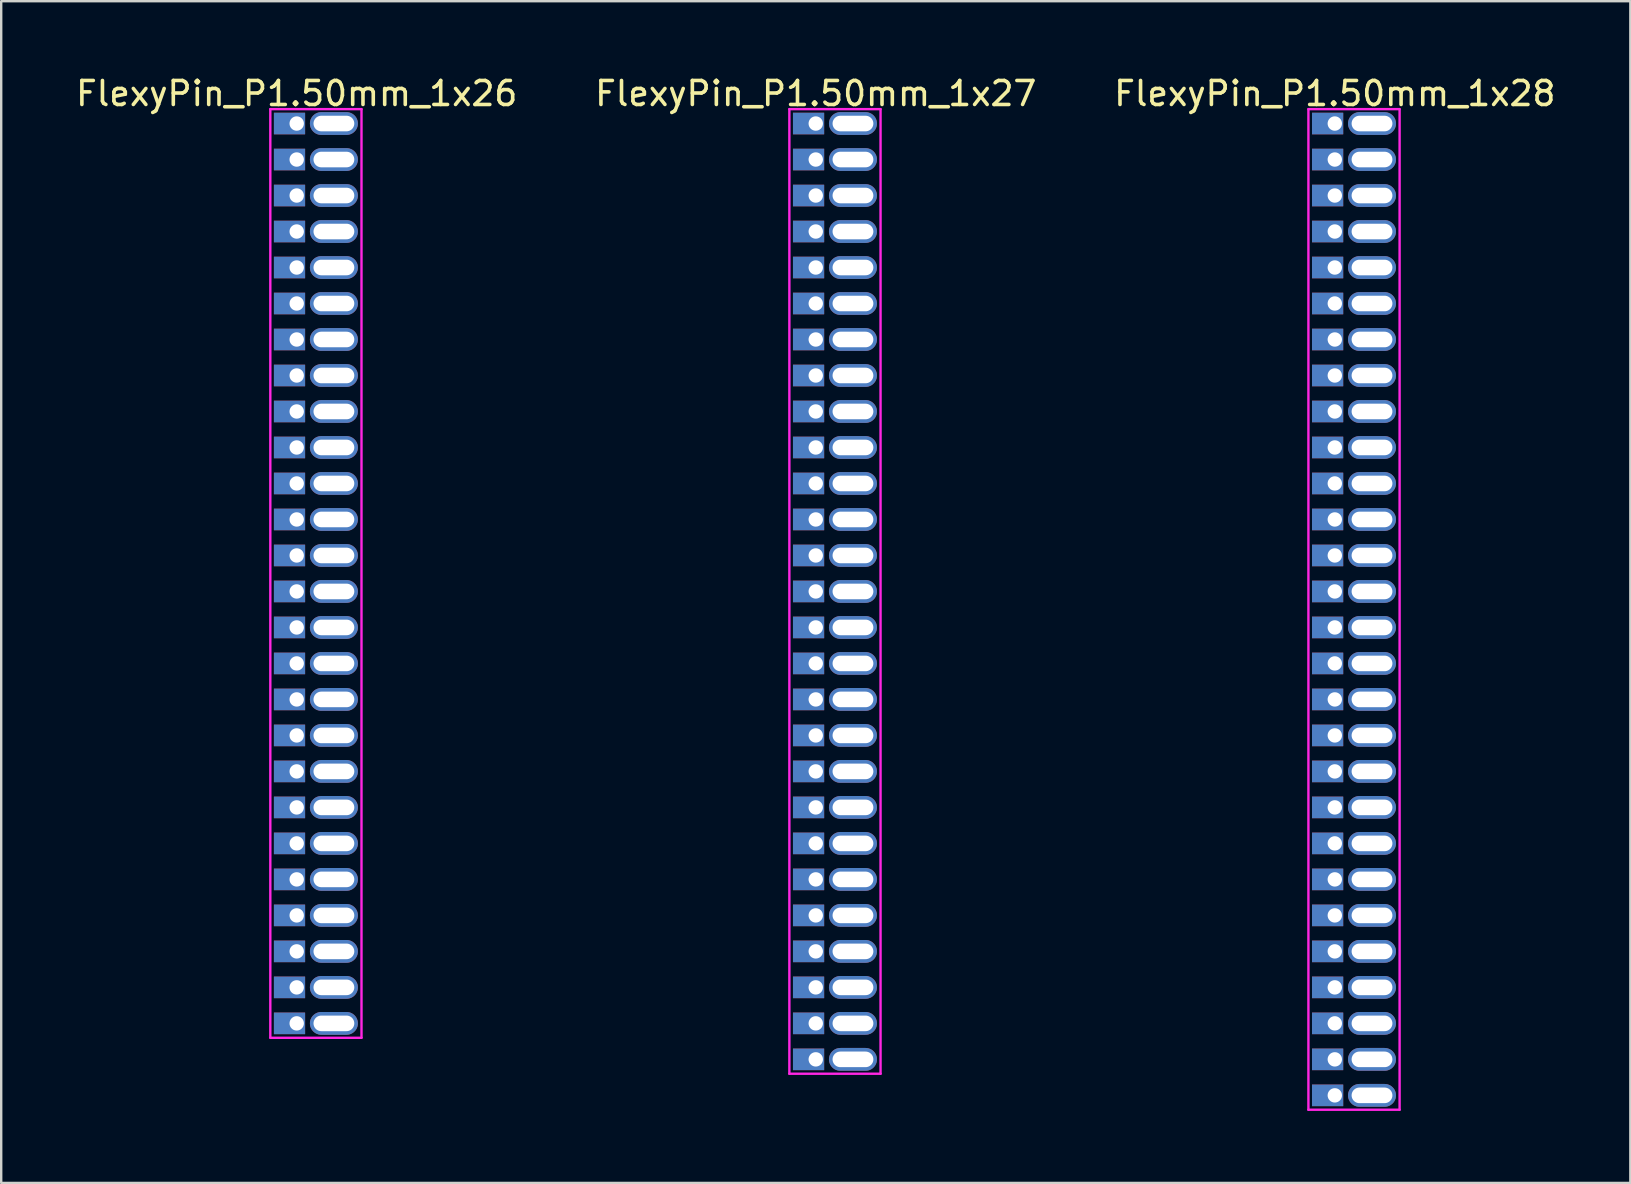
<source format=kicad_pcb>
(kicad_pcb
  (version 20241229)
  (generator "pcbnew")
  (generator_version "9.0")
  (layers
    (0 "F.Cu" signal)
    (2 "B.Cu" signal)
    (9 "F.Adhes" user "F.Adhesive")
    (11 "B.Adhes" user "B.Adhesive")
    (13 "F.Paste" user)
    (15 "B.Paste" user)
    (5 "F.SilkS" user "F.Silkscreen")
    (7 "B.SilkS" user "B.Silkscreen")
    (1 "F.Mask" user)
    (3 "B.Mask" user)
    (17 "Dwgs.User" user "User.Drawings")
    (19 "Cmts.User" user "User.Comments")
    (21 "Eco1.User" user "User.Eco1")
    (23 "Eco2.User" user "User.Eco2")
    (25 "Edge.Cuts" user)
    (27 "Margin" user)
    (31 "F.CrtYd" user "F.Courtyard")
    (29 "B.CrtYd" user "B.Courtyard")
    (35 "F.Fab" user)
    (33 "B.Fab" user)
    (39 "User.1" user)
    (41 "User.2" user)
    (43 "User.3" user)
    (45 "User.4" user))
  (footprint "FlexyPin_P1.50mm_1x26"
    (layer "F.Cu")
    (at 9.315 2.098)
    (property "Reference" "FlexyPin_P1.50mm_1x26" (at 0 -1.25 0) (layer "F.SilkS") (effects (font (size 1 1) (thickness 0.15))))
    (attr through_hole)
    (fp_line (start -1.1 -0.6) (end 2.7 -0.6) (stroke (width 0.1) (type solid)) (layer "F.CrtYd"))
    (fp_line (start -1.1 38.1) (end -1.1 -0.6) (stroke (width 0.1) (type solid)) (layer "F.CrtYd"))
    (fp_line (start 2.7 -0.6) (end 2.7 38.1) (stroke (width 0.1) (type solid)) (layer "F.CrtYd"))
    (fp_line (start 2.7 38.1) (end -1.1 38.1) (stroke (width 0.1) (type solid)) (layer "F.CrtYd"))
    (pad "" thru_hole oval (at 1.55 0) (size 2 0.95) (drill oval 1.7 0.65) (layers "*.Cu" "*.Mask"))
    (pad "" thru_hole oval (at 1.55 1.5) (size 2 0.95) (drill oval 1.7 0.65) (layers "*.Cu" "*.Mask"))
    (pad "" thru_hole oval (at 1.55 3) (size 2 0.95) (drill oval 1.7 0.65) (layers "*.Cu" "*.Mask"))
    (pad "" thru_hole oval (at 1.55 4.5) (size 2 0.95) (drill oval 1.7 0.65) (layers "*.Cu" "*.Mask"))
    (pad "" thru_hole oval (at 1.55 6) (size 2 0.95) (drill oval 1.7 0.65) (layers "*.Cu" "*.Mask"))
    (pad "" thru_hole oval (at 1.55 7.5) (size 2 0.95) (drill oval 1.7 0.65) (layers "*.Cu" "*.Mask"))
    (pad "" thru_hole oval (at 1.55 9) (size 2 0.95) (drill oval 1.7 0.65) (layers "*.Cu" "*.Mask"))
    (pad "" thru_hole oval (at 1.55 10.5) (size 2 0.95) (drill oval 1.7 0.65) (layers "*.Cu" "*.Mask"))
    (pad "" thru_hole oval (at 1.55 12) (size 2 0.95) (drill oval 1.7 0.65) (layers "*.Cu" "*.Mask"))
    (pad "" thru_hole oval (at 1.55 13.5) (size 2 0.95) (drill oval 1.7 0.65) (layers "*.Cu" "*.Mask"))
    (pad "" thru_hole oval (at 1.55 15) (size 2 0.95) (drill oval 1.7 0.65) (layers "*.Cu" "*.Mask"))
    (pad "" thru_hole oval (at 1.55 16.5) (size 2 0.95) (drill oval 1.7 0.65) (layers "*.Cu" "*.Mask"))
    (pad "" thru_hole oval (at 1.55 18) (size 2 0.95) (drill oval 1.7 0.65) (layers "*.Cu" "*.Mask"))
    (pad "" thru_hole oval (at 1.55 19.5) (size 2 0.95) (drill oval 1.7 0.65) (layers "*.Cu" "*.Mask"))
    (pad "" thru_hole oval (at 1.55 21) (size 2 0.95) (drill oval 1.7 0.65) (layers "*.Cu" "*.Mask"))
    (pad "" thru_hole oval (at 1.55 22.5) (size 2 0.95) (drill oval 1.7 0.65) (layers "*.Cu" "*.Mask"))
    (pad "" thru_hole oval (at 1.55 24) (size 2 0.95) (drill oval 1.7 0.65) (layers "*.Cu" "*.Mask"))
    (pad "" thru_hole oval (at 1.55 25.5) (size 2 0.95) (drill oval 1.7 0.65) (layers "*.Cu" "*.Mask"))
    (pad "" thru_hole oval (at 1.55 27) (size 2 0.95) (drill oval 1.7 0.65) (layers "*.Cu" "*.Mask"))
    (pad "" thru_hole oval (at 1.55 28.5) (size 2 0.95) (drill oval 1.7 0.65) (layers "*.Cu" "*.Mask"))
    (pad "" thru_hole oval (at 1.55 30) (size 2 0.95) (drill oval 1.7 0.65) (layers "*.Cu" "*.Mask"))
    (pad "" thru_hole oval (at 1.55 31.5) (size 2 0.95) (drill oval 1.7 0.65) (layers "*.Cu" "*.Mask"))
    (pad "" thru_hole oval (at 1.55 33) (size 2 0.95) (drill oval 1.7 0.65) (layers "*.Cu" "*.Mask"))
    (pad "" thru_hole oval (at 1.55 34.5) (size 2 0.95) (drill oval 1.7 0.65) (layers "*.Cu" "*.Mask"))
    (pad "" thru_hole oval (at 1.55 36) (size 2 0.95) (drill oval 1.7 0.65) (layers "*.Cu" "*.Mask"))
    (pad "" thru_hole oval (at 1.55 37.5) (size 2 0.95) (drill oval 1.7 0.65) (layers "*.Cu" "*.Mask"))
    (pad "1" thru_hole rect (at 0 0) (size 1.3 0.9) (drill 0.6 (offset -0.3 0)) (layers "*.Cu" "*.Mask"))
    (pad "2" thru_hole rect (at 0 1.5) (size 1.3 0.9) (drill 0.6 (offset -0.3 0)) (layers "*.Cu" "*.Mask"))
    (pad "3" thru_hole rect (at 0 3) (size 1.3 0.9) (drill 0.6 (offset -0.3 0)) (layers "*.Cu" "*.Mask"))
    (pad "4" thru_hole rect (at 0 4.5) (size 1.3 0.9) (drill 0.6 (offset -0.3 0)) (layers "*.Cu" "*.Mask"))
    (pad "5" thru_hole rect (at 0 6) (size 1.3 0.9) (drill 0.6 (offset -0.3 0)) (layers "*.Cu" "*.Mask"))
    (pad "6" thru_hole rect (at 0 7.5) (size 1.3 0.9) (drill 0.6 (offset -0.3 0)) (layers "*.Cu" "*.Mask"))
    (pad "7" thru_hole rect (at 0 9) (size 1.3 0.9) (drill 0.6 (offset -0.3 0)) (layers "*.Cu" "*.Mask"))
    (pad "8" thru_hole rect (at 0 10.5) (size 1.3 0.9) (drill 0.6 (offset -0.3 0)) (layers "*.Cu" "*.Mask"))
    (pad "9" thru_hole rect (at 0 12) (size 1.3 0.9) (drill 0.6 (offset -0.3 0)) (layers "*.Cu" "*.Mask"))
    (pad "10" thru_hole rect (at 0 13.5) (size 1.3 0.9) (drill 0.6 (offset -0.3 0)) (layers "*.Cu" "*.Mask"))
    (pad "11" thru_hole rect (at 0 15) (size 1.3 0.9) (drill 0.6 (offset -0.3 0)) (layers "*.Cu" "*.Mask"))
    (pad "12" thru_hole rect (at 0 16.5) (size 1.3 0.9) (drill 0.6 (offset -0.3 0)) (layers "*.Cu" "*.Mask"))
    (pad "13" thru_hole rect (at 0 18) (size 1.3 0.9) (drill 0.6 (offset -0.3 0)) (layers "*.Cu" "*.Mask"))
    (pad "14" thru_hole rect (at 0 19.5) (size 1.3 0.9) (drill 0.6 (offset -0.3 0)) (layers "*.Cu" "*.Mask"))
    (pad "15" thru_hole rect (at 0 21) (size 1.3 0.9) (drill 0.6 (offset -0.3 0)) (layers "*.Cu" "*.Mask"))
    (pad "16" thru_hole rect (at 0 22.5) (size 1.3 0.9) (drill 0.6 (offset -0.3 0)) (layers "*.Cu" "*.Mask"))
    (pad "17" thru_hole rect (at 0 24) (size 1.3 0.9) (drill 0.6 (offset -0.3 0)) (layers "*.Cu" "*.Mask"))
    (pad "18" thru_hole rect (at 0 25.5) (size 1.3 0.9) (drill 0.6 (offset -0.3 0)) (layers "*.Cu" "*.Mask"))
    (pad "19" thru_hole rect (at 0 27) (size 1.3 0.9) (drill 0.6 (offset -0.3 0)) (layers "*.Cu" "*.Mask"))
    (pad "20" thru_hole rect (at 0 28.5) (size 1.3 0.9) (drill 0.6 (offset -0.3 0)) (layers "*.Cu" "*.Mask"))
    (pad "21" thru_hole rect (at 0 30) (size 1.3 0.9) (drill 0.6 (offset -0.3 0)) (layers "*.Cu" "*.Mask"))
    (pad "22" thru_hole rect (at 0 31.5) (size 1.3 0.9) (drill 0.6 (offset -0.3 0)) (layers "*.Cu" "*.Mask"))
    (pad "23" thru_hole rect (at 0 33) (size 1.3 0.9) (drill 0.6 (offset -0.3 0)) (layers "*.Cu" "*.Mask"))
    (pad "24" thru_hole rect (at 0 34.5) (size 1.3 0.9) (drill 0.6 (offset -0.3 0)) (layers "*.Cu" "*.Mask"))
    (pad "25" thru_hole rect (at 0 36) (size 1.3 0.9) (drill 0.6 (offset -0.3 0)) (layers "*.Cu" "*.Mask"))
    (pad "26" thru_hole rect (at 0 37.5) (size 1.3 0.9) (drill 0.6 (offset -0.3 0)) (layers "*.Cu" "*.Mask")))
  (footprint "FlexyPin_P1.50mm_1x27"
    (layer "F.Cu")
    (at 30.946 2.098)
    (property "Reference" "FlexyPin_P1.50mm_1x27" (at 0 -1.25 0) (layer "F.SilkS") (effects (font (size 1 1) (thickness 0.15))))
    (attr through_hole)
    (fp_line (start -1.1 -0.6) (end 2.7 -0.6) (stroke (width 0.1) (type solid)) (layer "F.CrtYd"))
    (fp_line (start -1.1 39.6) (end -1.1 -0.6) (stroke (width 0.1) (type solid)) (layer "F.CrtYd"))
    (fp_line (start 2.7 -0.6) (end 2.7 39.6) (stroke (width 0.1) (type solid)) (layer "F.CrtYd"))
    (fp_line (start 2.7 39.6) (end -1.1 39.6) (stroke (width 0.1) (type solid)) (layer "F.CrtYd"))
    (pad "" thru_hole oval (at 1.55 0) (size 2 0.95) (drill oval 1.7 0.65) (layers "*.Cu" "*.Mask"))
    (pad "" thru_hole oval (at 1.55 1.5) (size 2 0.95) (drill oval 1.7 0.65) (layers "*.Cu" "*.Mask"))
    (pad "" thru_hole oval (at 1.55 3) (size 2 0.95) (drill oval 1.7 0.65) (layers "*.Cu" "*.Mask"))
    (pad "" thru_hole oval (at 1.55 4.5) (size 2 0.95) (drill oval 1.7 0.65) (layers "*.Cu" "*.Mask"))
    (pad "" thru_hole oval (at 1.55 6) (size 2 0.95) (drill oval 1.7 0.65) (layers "*.Cu" "*.Mask"))
    (pad "" thru_hole oval (at 1.55 7.5) (size 2 0.95) (drill oval 1.7 0.65) (layers "*.Cu" "*.Mask"))
    (pad "" thru_hole oval (at 1.55 9) (size 2 0.95) (drill oval 1.7 0.65) (layers "*.Cu" "*.Mask"))
    (pad "" thru_hole oval (at 1.55 10.5) (size 2 0.95) (drill oval 1.7 0.65) (layers "*.Cu" "*.Mask"))
    (pad "" thru_hole oval (at 1.55 12) (size 2 0.95) (drill oval 1.7 0.65) (layers "*.Cu" "*.Mask"))
    (pad "" thru_hole oval (at 1.55 13.5) (size 2 0.95) (drill oval 1.7 0.65) (layers "*.Cu" "*.Mask"))
    (pad "" thru_hole oval (at 1.55 15) (size 2 0.95) (drill oval 1.7 0.65) (layers "*.Cu" "*.Mask"))
    (pad "" thru_hole oval (at 1.55 16.5) (size 2 0.95) (drill oval 1.7 0.65) (layers "*.Cu" "*.Mask"))
    (pad "" thru_hole oval (at 1.55 18) (size 2 0.95) (drill oval 1.7 0.65) (layers "*.Cu" "*.Mask"))
    (pad "" thru_hole oval (at 1.55 19.5) (size 2 0.95) (drill oval 1.7 0.65) (layers "*.Cu" "*.Mask"))
    (pad "" thru_hole oval (at 1.55 21) (size 2 0.95) (drill oval 1.7 0.65) (layers "*.Cu" "*.Mask"))
    (pad "" thru_hole oval (at 1.55 22.5) (size 2 0.95) (drill oval 1.7 0.65) (layers "*.Cu" "*.Mask"))
    (pad "" thru_hole oval (at 1.55 24) (size 2 0.95) (drill oval 1.7 0.65) (layers "*.Cu" "*.Mask"))
    (pad "" thru_hole oval (at 1.55 25.5) (size 2 0.95) (drill oval 1.7 0.65) (layers "*.Cu" "*.Mask"))
    (pad "" thru_hole oval (at 1.55 27) (size 2 0.95) (drill oval 1.7 0.65) (layers "*.Cu" "*.Mask"))
    (pad "" thru_hole oval (at 1.55 28.5) (size 2 0.95) (drill oval 1.7 0.65) (layers "*.Cu" "*.Mask"))
    (pad "" thru_hole oval (at 1.55 30) (size 2 0.95) (drill oval 1.7 0.65) (layers "*.Cu" "*.Mask"))
    (pad "" thru_hole oval (at 1.55 31.5) (size 2 0.95) (drill oval 1.7 0.65) (layers "*.Cu" "*.Mask"))
    (pad "" thru_hole oval (at 1.55 33) (size 2 0.95) (drill oval 1.7 0.65) (layers "*.Cu" "*.Mask"))
    (pad "" thru_hole oval (at 1.55 34.5) (size 2 0.95) (drill oval 1.7 0.65) (layers "*.Cu" "*.Mask"))
    (pad "" thru_hole oval (at 1.55 36) (size 2 0.95) (drill oval 1.7 0.65) (layers "*.Cu" "*.Mask"))
    (pad "" thru_hole oval (at 1.55 37.5) (size 2 0.95) (drill oval 1.7 0.65) (layers "*.Cu" "*.Mask"))
    (pad "" thru_hole oval (at 1.55 39) (size 2 0.95) (drill oval 1.7 0.65) (layers "*.Cu" "*.Mask"))
    (pad "1" thru_hole rect (at 0 0) (size 1.3 0.9) (drill 0.6 (offset -0.3 0)) (layers "*.Cu" "*.Mask"))
    (pad "2" thru_hole rect (at 0 1.5) (size 1.3 0.9) (drill 0.6 (offset -0.3 0)) (layers "*.Cu" "*.Mask"))
    (pad "3" thru_hole rect (at 0 3) (size 1.3 0.9) (drill 0.6 (offset -0.3 0)) (layers "*.Cu" "*.Mask"))
    (pad "4" thru_hole rect (at 0 4.5) (size 1.3 0.9) (drill 0.6 (offset -0.3 0)) (layers "*.Cu" "*.Mask"))
    (pad "5" thru_hole rect (at 0 6) (size 1.3 0.9) (drill 0.6 (offset -0.3 0)) (layers "*.Cu" "*.Mask"))
    (pad "6" thru_hole rect (at 0 7.5) (size 1.3 0.9) (drill 0.6 (offset -0.3 0)) (layers "*.Cu" "*.Mask"))
    (pad "7" thru_hole rect (at 0 9) (size 1.3 0.9) (drill 0.6 (offset -0.3 0)) (layers "*.Cu" "*.Mask"))
    (pad "8" thru_hole rect (at 0 10.5) (size 1.3 0.9) (drill 0.6 (offset -0.3 0)) (layers "*.Cu" "*.Mask"))
    (pad "9" thru_hole rect (at 0 12) (size 1.3 0.9) (drill 0.6 (offset -0.3 0)) (layers "*.Cu" "*.Mask"))
    (pad "10" thru_hole rect (at 0 13.5) (size 1.3 0.9) (drill 0.6 (offset -0.3 0)) (layers "*.Cu" "*.Mask"))
    (pad "11" thru_hole rect (at 0 15) (size 1.3 0.9) (drill 0.6 (offset -0.3 0)) (layers "*.Cu" "*.Mask"))
    (pad "12" thru_hole rect (at 0 16.5) (size 1.3 0.9) (drill 0.6 (offset -0.3 0)) (layers "*.Cu" "*.Mask"))
    (pad "13" thru_hole rect (at 0 18) (size 1.3 0.9) (drill 0.6 (offset -0.3 0)) (layers "*.Cu" "*.Mask"))
    (pad "14" thru_hole rect (at 0 19.5) (size 1.3 0.9) (drill 0.6 (offset -0.3 0)) (layers "*.Cu" "*.Mask"))
    (pad "15" thru_hole rect (at 0 21) (size 1.3 0.9) (drill 0.6 (offset -0.3 0)) (layers "*.Cu" "*.Mask"))
    (pad "16" thru_hole rect (at 0 22.5) (size 1.3 0.9) (drill 0.6 (offset -0.3 0)) (layers "*.Cu" "*.Mask"))
    (pad "17" thru_hole rect (at 0 24) (size 1.3 0.9) (drill 0.6 (offset -0.3 0)) (layers "*.Cu" "*.Mask"))
    (pad "18" thru_hole rect (at 0 25.5) (size 1.3 0.9) (drill 0.6 (offset -0.3 0)) (layers "*.Cu" "*.Mask"))
    (pad "19" thru_hole rect (at 0 27) (size 1.3 0.9) (drill 0.6 (offset -0.3 0)) (layers "*.Cu" "*.Mask"))
    (pad "20" thru_hole rect (at 0 28.5) (size 1.3 0.9) (drill 0.6 (offset -0.3 0)) (layers "*.Cu" "*.Mask"))
    (pad "21" thru_hole rect (at 0 30) (size 1.3 0.9) (drill 0.6 (offset -0.3 0)) (layers "*.Cu" "*.Mask"))
    (pad "22" thru_hole rect (at 0 31.5) (size 1.3 0.9) (drill 0.6 (offset -0.3 0)) (layers "*.Cu" "*.Mask"))
    (pad "23" thru_hole rect (at 0 33) (size 1.3 0.9) (drill 0.6 (offset -0.3 0)) (layers "*.Cu" "*.Mask"))
    (pad "24" thru_hole rect (at 0 34.5) (size 1.3 0.9) (drill 0.6 (offset -0.3 0)) (layers "*.Cu" "*.Mask"))
    (pad "25" thru_hole rect (at 0 36) (size 1.3 0.9) (drill 0.6 (offset -0.3 0)) (layers "*.Cu" "*.Mask"))
    (pad "26" thru_hole rect (at 0 37.5) (size 1.3 0.9) (drill 0.6 (offset -0.3 0)) (layers "*.Cu" "*.Mask"))
    (pad "27" thru_hole rect (at 0 39) (size 1.3 0.9) (drill 0.6 (offset -0.3 0)) (layers "*.Cu" "*.Mask")))
  (footprint "FlexyPin_P1.50mm_1x28"
    (layer "F.Cu")
    (at 52.577 2.098)
    (property "Reference" "FlexyPin_P1.50mm_1x28" (at 0 -1.25 0) (layer "F.SilkS") (effects (font (size 1 1) (thickness 0.15))))
    (attr through_hole)
    (fp_line (start -1.1 -0.6) (end 2.7 -0.6) (stroke (width 0.1) (type solid)) (layer "F.CrtYd"))
    (fp_line (start -1.1 41.1) (end -1.1 -0.6) (stroke (width 0.1) (type solid)) (layer "F.CrtYd"))
    (fp_line (start 2.7 -0.6) (end 2.7 41.1) (stroke (width 0.1) (type solid)) (layer "F.CrtYd"))
    (fp_line (start 2.7 41.1) (end -1.1 41.1) (stroke (width 0.1) (type solid)) (layer "F.CrtYd"))
    (pad "" thru_hole oval (at 1.55 0) (size 2 0.95) (drill oval 1.7 0.65) (layers "*.Cu" "*.Mask"))
    (pad "" thru_hole oval (at 1.55 1.5) (size 2 0.95) (drill oval 1.7 0.65) (layers "*.Cu" "*.Mask"))
    (pad "" thru_hole oval (at 1.55 3) (size 2 0.95) (drill oval 1.7 0.65) (layers "*.Cu" "*.Mask"))
    (pad "" thru_hole oval (at 1.55 4.5) (size 2 0.95) (drill oval 1.7 0.65) (layers "*.Cu" "*.Mask"))
    (pad "" thru_hole oval (at 1.55 6) (size 2 0.95) (drill oval 1.7 0.65) (layers "*.Cu" "*.Mask"))
    (pad "" thru_hole oval (at 1.55 7.5) (size 2 0.95) (drill oval 1.7 0.65) (layers "*.Cu" "*.Mask"))
    (pad "" thru_hole oval (at 1.55 9) (size 2 0.95) (drill oval 1.7 0.65) (layers "*.Cu" "*.Mask"))
    (pad "" thru_hole oval (at 1.55 10.5) (size 2 0.95) (drill oval 1.7 0.65) (layers "*.Cu" "*.Mask"))
    (pad "" thru_hole oval (at 1.55 12) (size 2 0.95) (drill oval 1.7 0.65) (layers "*.Cu" "*.Mask"))
    (pad "" thru_hole oval (at 1.55 13.5) (size 2 0.95) (drill oval 1.7 0.65) (layers "*.Cu" "*.Mask"))
    (pad "" thru_hole oval (at 1.55 15) (size 2 0.95) (drill oval 1.7 0.65) (layers "*.Cu" "*.Mask"))
    (pad "" thru_hole oval (at 1.55 16.5) (size 2 0.95) (drill oval 1.7 0.65) (layers "*.Cu" "*.Mask"))
    (pad "" thru_hole oval (at 1.55 18) (size 2 0.95) (drill oval 1.7 0.65) (layers "*.Cu" "*.Mask"))
    (pad "" thru_hole oval (at 1.55 19.5) (size 2 0.95) (drill oval 1.7 0.65) (layers "*.Cu" "*.Mask"))
    (pad "" thru_hole oval (at 1.55 21) (size 2 0.95) (drill oval 1.7 0.65) (layers "*.Cu" "*.Mask"))
    (pad "" thru_hole oval (at 1.55 22.5) (size 2 0.95) (drill oval 1.7 0.65) (layers "*.Cu" "*.Mask"))
    (pad "" thru_hole oval (at 1.55 24) (size 2 0.95) (drill oval 1.7 0.65) (layers "*.Cu" "*.Mask"))
    (pad "" thru_hole oval (at 1.55 25.5) (size 2 0.95) (drill oval 1.7 0.65) (layers "*.Cu" "*.Mask"))
    (pad "" thru_hole oval (at 1.55 27) (size 2 0.95) (drill oval 1.7 0.65) (layers "*.Cu" "*.Mask"))
    (pad "" thru_hole oval (at 1.55 28.5) (size 2 0.95) (drill oval 1.7 0.65) (layers "*.Cu" "*.Mask"))
    (pad "" thru_hole oval (at 1.55 30) (size 2 0.95) (drill oval 1.7 0.65) (layers "*.Cu" "*.Mask"))
    (pad "" thru_hole oval (at 1.55 31.5) (size 2 0.95) (drill oval 1.7 0.65) (layers "*.Cu" "*.Mask"))
    (pad "" thru_hole oval (at 1.55 33) (size 2 0.95) (drill oval 1.7 0.65) (layers "*.Cu" "*.Mask"))
    (pad "" thru_hole oval (at 1.55 34.5) (size 2 0.95) (drill oval 1.7 0.65) (layers "*.Cu" "*.Mask"))
    (pad "" thru_hole oval (at 1.55 36) (size 2 0.95) (drill oval 1.7 0.65) (layers "*.Cu" "*.Mask"))
    (pad "" thru_hole oval (at 1.55 37.5) (size 2 0.95) (drill oval 1.7 0.65) (layers "*.Cu" "*.Mask"))
    (pad "" thru_hole oval (at 1.55 39) (size 2 0.95) (drill oval 1.7 0.65) (layers "*.Cu" "*.Mask"))
    (pad "" thru_hole oval (at 1.55 40.5) (size 2 0.95) (drill oval 1.7 0.65) (layers "*.Cu" "*.Mask"))
    (pad "1" thru_hole rect (at 0 0) (size 1.3 0.9) (drill 0.6 (offset -0.3 0)) (layers "*.Cu" "*.Mask"))
    (pad "2" thru_hole rect (at 0 1.5) (size 1.3 0.9) (drill 0.6 (offset -0.3 0)) (layers "*.Cu" "*.Mask"))
    (pad "3" thru_hole rect (at 0 3) (size 1.3 0.9) (drill 0.6 (offset -0.3 0)) (layers "*.Cu" "*.Mask"))
    (pad "4" thru_hole rect (at 0 4.5) (size 1.3 0.9) (drill 0.6 (offset -0.3 0)) (layers "*.Cu" "*.Mask"))
    (pad "5" thru_hole rect (at 0 6) (size 1.3 0.9) (drill 0.6 (offset -0.3 0)) (layers "*.Cu" "*.Mask"))
    (pad "6" thru_hole rect (at 0 7.5) (size 1.3 0.9) (drill 0.6 (offset -0.3 0)) (layers "*.Cu" "*.Mask"))
    (pad "7" thru_hole rect (at 0 9) (size 1.3 0.9) (drill 0.6 (offset -0.3 0)) (layers "*.Cu" "*.Mask"))
    (pad "8" thru_hole rect (at 0 10.5) (size 1.3 0.9) (drill 0.6 (offset -0.3 0)) (layers "*.Cu" "*.Mask"))
    (pad "9" thru_hole rect (at 0 12) (size 1.3 0.9) (drill 0.6 (offset -0.3 0)) (layers "*.Cu" "*.Mask"))
    (pad "10" thru_hole rect (at 0 13.5) (size 1.3 0.9) (drill 0.6 (offset -0.3 0)) (layers "*.Cu" "*.Mask"))
    (pad "11" thru_hole rect (at 0 15) (size 1.3 0.9) (drill 0.6 (offset -0.3 0)) (layers "*.Cu" "*.Mask"))
    (pad "12" thru_hole rect (at 0 16.5) (size 1.3 0.9) (drill 0.6 (offset -0.3 0)) (layers "*.Cu" "*.Mask"))
    (pad "13" thru_hole rect (at 0 18) (size 1.3 0.9) (drill 0.6 (offset -0.3 0)) (layers "*.Cu" "*.Mask"))
    (pad "14" thru_hole rect (at 0 19.5) (size 1.3 0.9) (drill 0.6 (offset -0.3 0)) (layers "*.Cu" "*.Mask"))
    (pad "15" thru_hole rect (at 0 21) (size 1.3 0.9) (drill 0.6 (offset -0.3 0)) (layers "*.Cu" "*.Mask"))
    (pad "16" thru_hole rect (at 0 22.5) (size 1.3 0.9) (drill 0.6 (offset -0.3 0)) (layers "*.Cu" "*.Mask"))
    (pad "17" thru_hole rect (at 0 24) (size 1.3 0.9) (drill 0.6 (offset -0.3 0)) (layers "*.Cu" "*.Mask"))
    (pad "18" thru_hole rect (at 0 25.5) (size 1.3 0.9) (drill 0.6 (offset -0.3 0)) (layers "*.Cu" "*.Mask"))
    (pad "19" thru_hole rect (at 0 27) (size 1.3 0.9) (drill 0.6 (offset -0.3 0)) (layers "*.Cu" "*.Mask"))
    (pad "20" thru_hole rect (at 0 28.5) (size 1.3 0.9) (drill 0.6 (offset -0.3 0)) (layers "*.Cu" "*.Mask"))
    (pad "21" thru_hole rect (at 0 30) (size 1.3 0.9) (drill 0.6 (offset -0.3 0)) (layers "*.Cu" "*.Mask"))
    (pad "22" thru_hole rect (at 0 31.5) (size 1.3 0.9) (drill 0.6 (offset -0.3 0)) (layers "*.Cu" "*.Mask"))
    (pad "23" thru_hole rect (at 0 33) (size 1.3 0.9) (drill 0.6 (offset -0.3 0)) (layers "*.Cu" "*.Mask"))
    (pad "24" thru_hole rect (at 0 34.5) (size 1.3 0.9) (drill 0.6 (offset -0.3 0)) (layers "*.Cu" "*.Mask"))
    (pad "25" thru_hole rect (at 0 36) (size 1.3 0.9) (drill 0.6 (offset -0.3 0)) (layers "*.Cu" "*.Mask"))
    (pad "26" thru_hole rect (at 0 37.5) (size 1.3 0.9) (drill 0.6 (offset -0.3 0)) (layers "*.Cu" "*.Mask"))
    (pad "27" thru_hole rect (at 0 39) (size 1.3 0.9) (drill 0.6 (offset -0.3 0)) (layers "*.Cu" "*.Mask"))
    (pad "28" thru_hole rect (at 0 40.5) (size 1.3 0.9) (drill 0.6 (offset -0.3 0)) (layers "*.Cu" "*.Mask")))
  (gr_rect
    (start -3 -3)
    (end 64.893 46.248)
    (stroke (width 0.1) (type default))
    (fill no)
    (layer "Edge.Cuts")))
</source>
